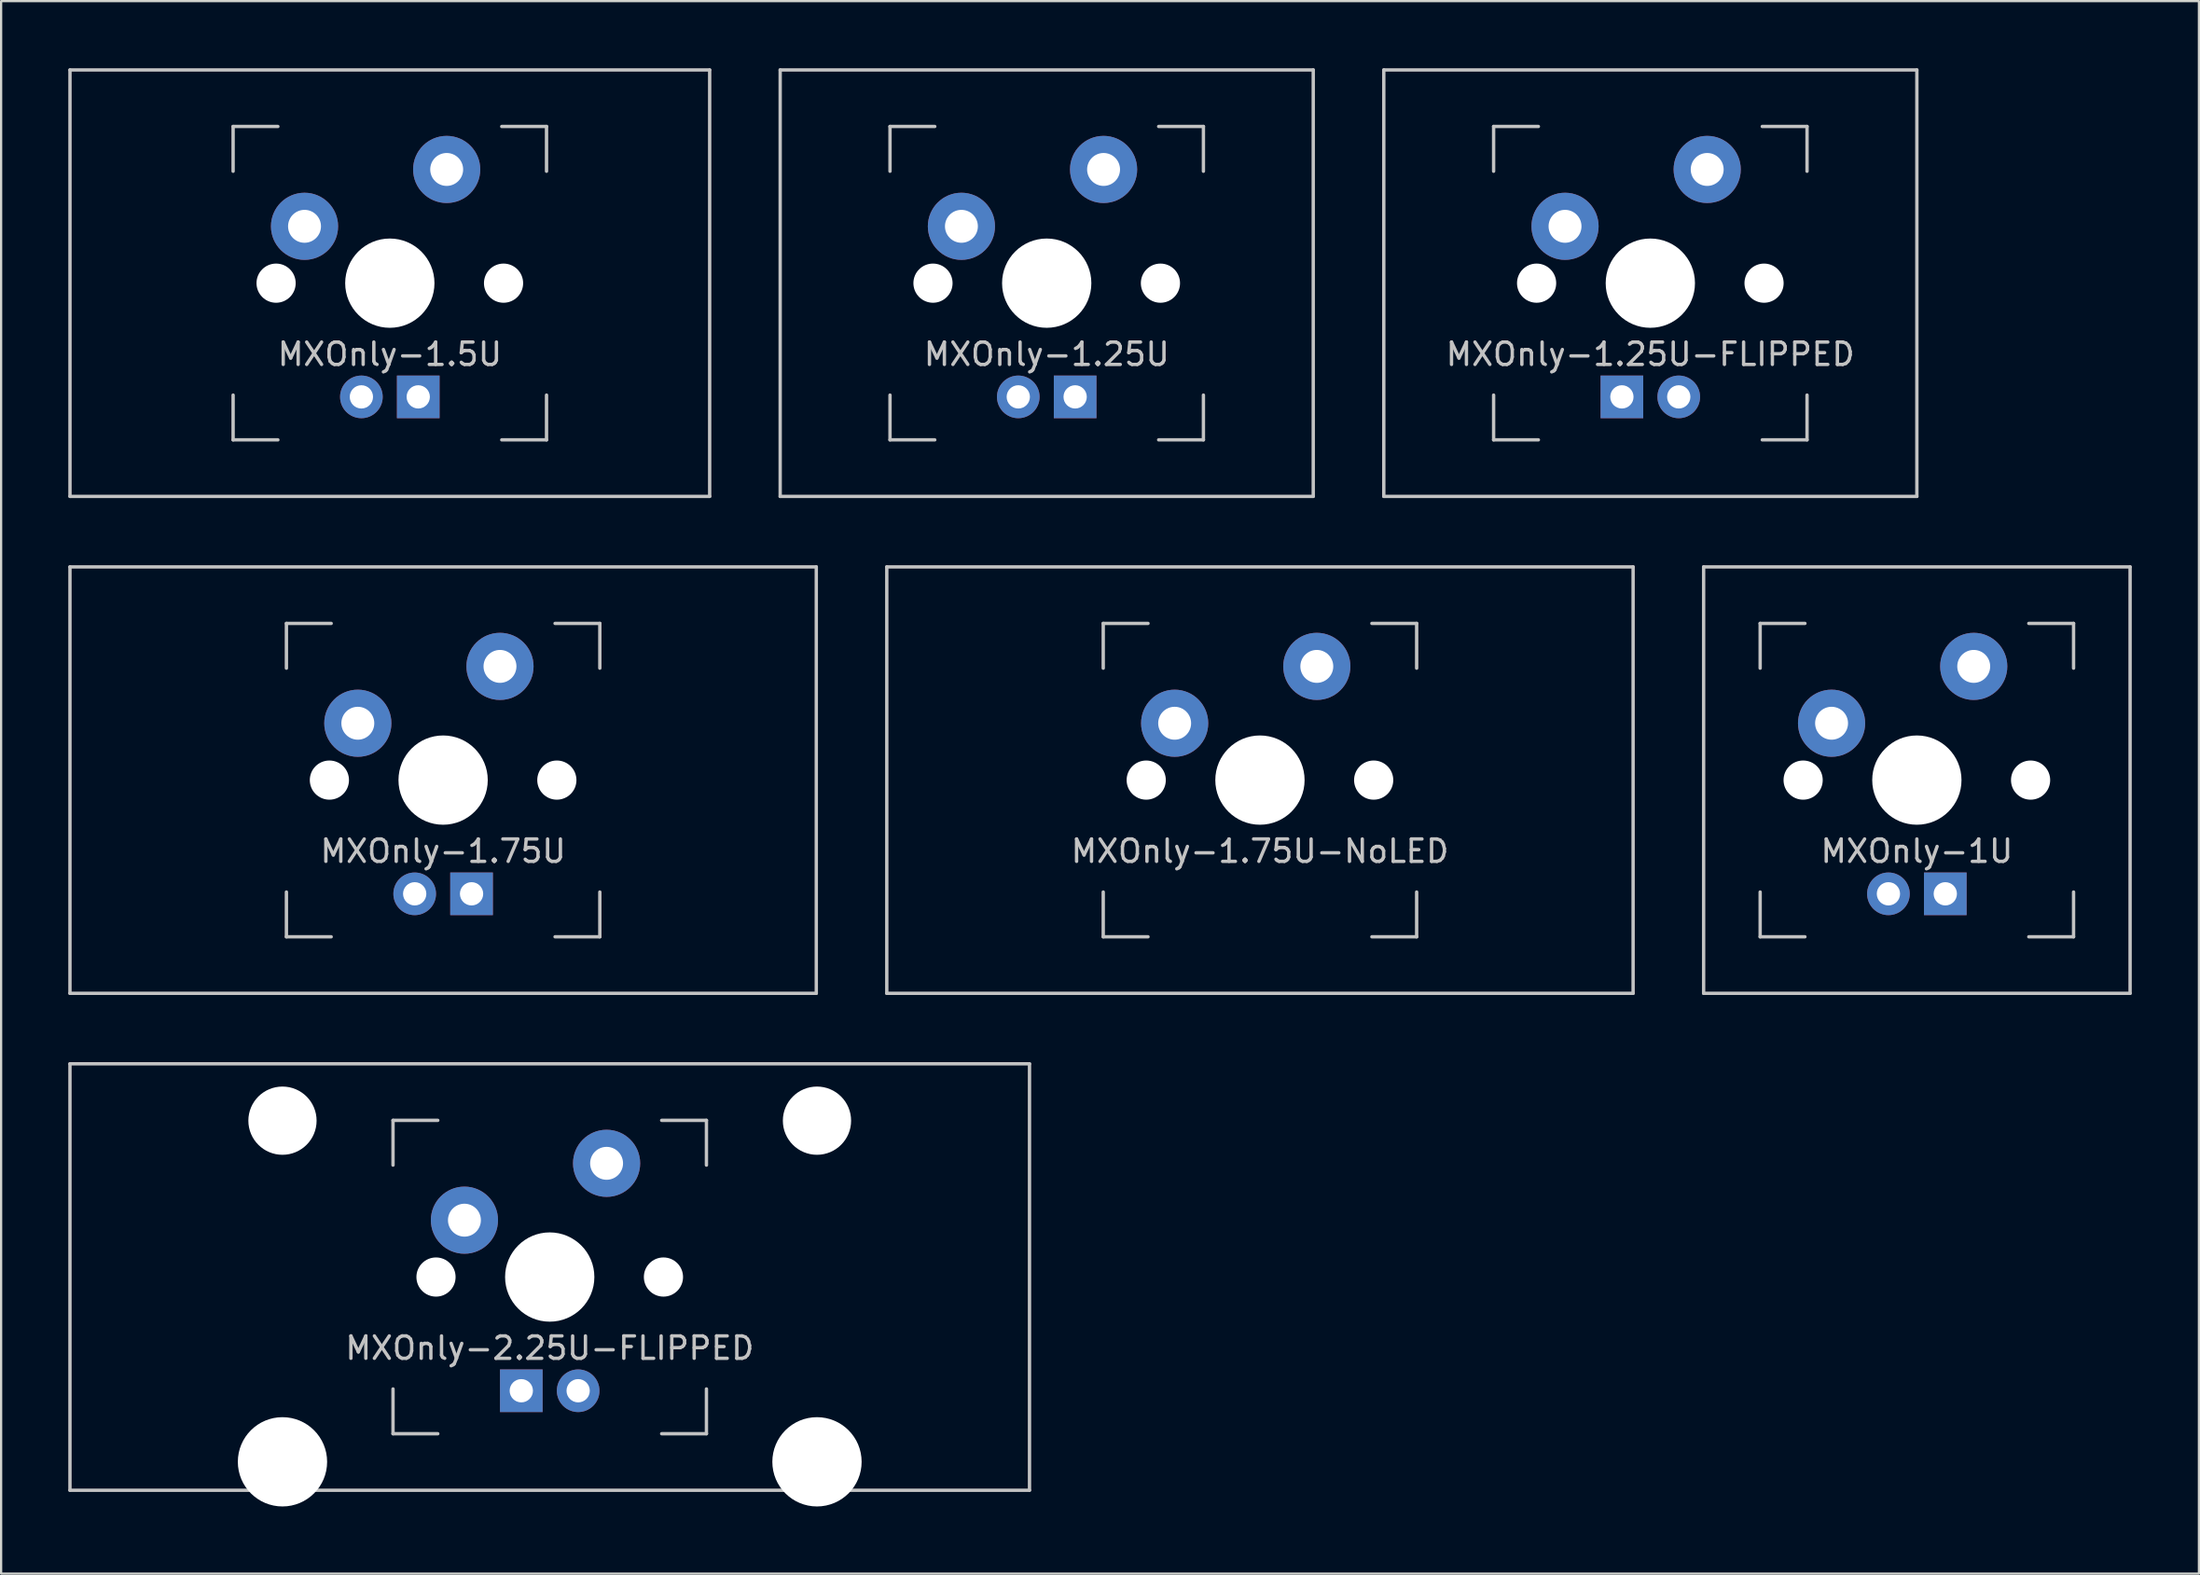
<source format=kicad_pcb>
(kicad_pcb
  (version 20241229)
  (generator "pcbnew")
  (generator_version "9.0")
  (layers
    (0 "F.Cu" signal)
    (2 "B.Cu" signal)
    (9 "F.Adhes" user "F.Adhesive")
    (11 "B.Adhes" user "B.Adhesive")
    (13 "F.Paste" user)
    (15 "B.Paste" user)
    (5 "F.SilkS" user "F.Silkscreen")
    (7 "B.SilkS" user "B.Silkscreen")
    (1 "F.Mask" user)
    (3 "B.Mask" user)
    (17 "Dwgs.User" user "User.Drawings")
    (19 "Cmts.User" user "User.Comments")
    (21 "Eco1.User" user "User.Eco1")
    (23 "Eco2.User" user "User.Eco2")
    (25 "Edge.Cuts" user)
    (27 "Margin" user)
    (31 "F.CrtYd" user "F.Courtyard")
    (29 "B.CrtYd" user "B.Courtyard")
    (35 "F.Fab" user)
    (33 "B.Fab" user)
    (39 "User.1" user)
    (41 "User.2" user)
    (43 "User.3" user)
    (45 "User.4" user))
  (footprint "MXOnly-2.25U-FLIPPED"
    (layer "F.Cu")
    (at 21.506 54)
    (property "Reference" "MXOnly-2.25U-FLIPPED" (at 0 3.175 0) (layer "Dwgs.User") (effects (font (size 1 1) (thickness 0.15))))
    (attr through_hole)
    (fp_line (start -21.431 -9.525) (end 21.431 -9.525) (stroke (width 0.15) (type solid)) (layer "Dwgs.User"))
    (fp_line (start -21.431 9.525) (end -21.431 -9.525) (stroke (width 0.15) (type solid)) (layer "Dwgs.User"))
    (fp_line (start -21.431 9.525) (end 21.431 9.525) (stroke (width 0.15) (type solid)) (layer "Dwgs.User"))
    (fp_line (start -7 -7) (end -7 -5) (stroke (width 0.15) (type solid)) (layer "Dwgs.User"))
    (fp_line (start -7 5) (end -7 7) (stroke (width 0.15) (type solid)) (layer "Dwgs.User"))
    (fp_line (start -7 7) (end -5 7) (stroke (width 0.15) (type solid)) (layer "Dwgs.User"))
    (fp_line (start -5 -7) (end -7 -7) (stroke (width 0.15) (type solid)) (layer "Dwgs.User"))
    (fp_line (start 5 -7) (end 7 -7) (stroke (width 0.15) (type solid)) (layer "Dwgs.User"))
    (fp_line (start 5 7) (end 7 7) (stroke (width 0.15) (type solid)) (layer "Dwgs.User"))
    (fp_line (start 7 -7) (end 7 -5) (stroke (width 0.15) (type solid)) (layer "Dwgs.User"))
    (fp_line (start 7 7) (end 7 5) (stroke (width 0.15) (type solid)) (layer "Dwgs.User"))
    (fp_line (start 21.431 -9.525) (end 21.431 9.525) (stroke (width 0.15) (type solid)) (layer "Dwgs.User"))
    (pad "" np_thru_hole circle (at -11.938 -6.985) (size 3.048 3.048) (drill 3.048) (layers "*.Cu" "*.Mask"))
    (pad "" np_thru_hole circle (at -11.938 8.255) (size 3.988 3.988) (drill 3.988) (layers "*.Cu" "*.Mask"))
    (pad "" np_thru_hole circle (at -5.08 0 48.1) (size 1.75 1.75) (drill 1.75) (layers "*.Cu" "*.Mask"))
    (pad "" np_thru_hole circle (at 0 0) (size 3.988 3.988) (drill 3.988) (layers "*.Cu" "*.Mask"))
    (pad "" np_thru_hole circle (at 5.08 0 48.1) (size 1.75 1.75) (drill 1.75) (layers "*.Cu" "*.Mask"))
    (pad "" np_thru_hole circle (at 11.938 -6.985) (size 3.048 3.048) (drill 3.048) (layers "*.Cu" "*.Mask"))
    (pad "" np_thru_hole circle (at 11.938 8.255) (size 3.988 3.988) (drill 3.988) (layers "*.Cu" "*.Mask"))
    (pad "1" thru_hole circle (at -3.81 -2.54) (size 3 3) (drill 1.47) (layers "*.Cu" "*.Mask"))
    (pad "2" thru_hole circle (at 2.54 -5.08) (size 3 3) (drill 1.47) (layers "*.Cu" "*.Mask"))
    (pad "3" thru_hole circle (at 1.27 5.08) (size 1.905 1.905) (drill 1.04) (layers "*.Cu" "*.Mask"))
    (pad "4" thru_hole rect (at -1.27 5.08) (size 1.905 1.905) (drill 1.04) (layers "*.Cu" "*.Mask")))
  (footprint "MXOnly-1.5U"
    (layer "F.Cu")
    (at 14.363 9.6)
    (property "Reference" "MXOnly-1.5U" (at 0 3.175 0) (layer "Dwgs.User") (effects (font (size 1 1) (thickness 0.15))))
    (attr through_hole)
    (fp_line (start -14.287 -9.525) (end 14.287 -9.525) (stroke (width 0.15) (type solid)) (layer "Dwgs.User"))
    (fp_line (start -14.287 9.525) (end -14.287 -9.525) (stroke (width 0.15) (type solid)) (layer "Dwgs.User"))
    (fp_line (start -14.287 9.525) (end 14.287 9.525) (stroke (width 0.15) (type solid)) (layer "Dwgs.User"))
    (fp_line (start -7 -7) (end -7 -5) (stroke (width 0.15) (type solid)) (layer "Dwgs.User"))
    (fp_line (start -7 5) (end -7 7) (stroke (width 0.15) (type solid)) (layer "Dwgs.User"))
    (fp_line (start -7 7) (end -5 7) (stroke (width 0.15) (type solid)) (layer "Dwgs.User"))
    (fp_line (start -5 -7) (end -7 -7) (stroke (width 0.15) (type solid)) (layer "Dwgs.User"))
    (fp_line (start 5 -7) (end 7 -7) (stroke (width 0.15) (type solid)) (layer "Dwgs.User"))
    (fp_line (start 5 7) (end 7 7) (stroke (width 0.15) (type solid)) (layer "Dwgs.User"))
    (fp_line (start 7 -7) (end 7 -5) (stroke (width 0.15) (type solid)) (layer "Dwgs.User"))
    (fp_line (start 7 7) (end 7 5) (stroke (width 0.15) (type solid)) (layer "Dwgs.User"))
    (fp_line (start 14.287 -9.525) (end 14.287 9.525) (stroke (width 0.15) (type solid)) (layer "Dwgs.User"))
    (pad "" np_thru_hole circle (at -5.08 0 48.1) (size 1.75 1.75) (drill 1.75) (layers "*.Cu" "*.Mask"))
    (pad "" np_thru_hole circle (at 0 0) (size 3.988 3.988) (drill 3.988) (layers "*.Cu" "*.Mask"))
    (pad "" np_thru_hole circle (at 5.08 0 48.1) (size 1.75 1.75) (drill 1.75) (layers "*.Cu" "*.Mask"))
    (pad "1" thru_hole circle (at -3.81 -2.54) (size 3 3) (drill 1.47) (layers "*.Cu" "*.Mask"))
    (pad "2" thru_hole circle (at 2.54 -5.08) (size 3 3) (drill 1.47) (layers "*.Cu" "*.Mask"))
    (pad "3" thru_hole circle (at -1.27 5.08) (size 1.905 1.905) (drill 1.04) (layers "*.Cu" "*.Mask"))
    (pad "4" thru_hole rect (at 1.27 5.08) (size 1.905 1.905) (drill 1.04) (layers "*.Cu" "*.Mask")))
  (footprint "MXOnly-1U"
    (layer "F.Cu")
    (at 82.575 31.8)
    (property "Reference" "MXOnly-1U" (at 0 3.175 0) (layer "Dwgs.User") (effects (font (size 1 1) (thickness 0.15))))
    (attr through_hole)
    (fp_line (start -9.525 -9.525) (end 9.525 -9.525) (stroke (width 0.15) (type solid)) (layer "Dwgs.User"))
    (fp_line (start -9.525 9.525) (end -9.525 -9.525) (stroke (width 0.15) (type solid)) (layer "Dwgs.User"))
    (fp_line (start -7 -7) (end -7 -5) (stroke (width 0.15) (type solid)) (layer "Dwgs.User"))
    (fp_line (start -7 5) (end -7 7) (stroke (width 0.15) (type solid)) (layer "Dwgs.User"))
    (fp_line (start -7 7) (end -5 7) (stroke (width 0.15) (type solid)) (layer "Dwgs.User"))
    (fp_line (start -5 -7) (end -7 -7) (stroke (width 0.15) (type solid)) (layer "Dwgs.User"))
    (fp_line (start 5 -7) (end 7 -7) (stroke (width 0.15) (type solid)) (layer "Dwgs.User"))
    (fp_line (start 5 7) (end 7 7) (stroke (width 0.15) (type solid)) (layer "Dwgs.User"))
    (fp_line (start 7 -7) (end 7 -5) (stroke (width 0.15) (type solid)) (layer "Dwgs.User"))
    (fp_line (start 7 7) (end 7 5) (stroke (width 0.15) (type solid)) (layer "Dwgs.User"))
    (fp_line (start 9.525 -9.525) (end 9.525 9.525) (stroke (width 0.15) (type solid)) (layer "Dwgs.User"))
    (fp_line (start 9.525 9.525) (end -9.525 9.525) (stroke (width 0.15) (type solid)) (layer "Dwgs.User"))
    (pad "" np_thru_hole circle (at -5.08 0 48.1) (size 1.75 1.75) (drill 1.75) (layers "*.Cu" "*.Mask"))
    (pad "" np_thru_hole circle (at 0 0) (size 3.988 3.988) (drill 3.988) (layers "*.Cu" "*.Mask"))
    (pad "" np_thru_hole circle (at 5.08 0 48.1) (size 1.75 1.75) (drill 1.75) (layers "*.Cu" "*.Mask"))
    (pad "1" thru_hole circle (at -3.81 -2.54) (size 3 3) (drill 1.47) (layers "*.Cu" "*.Mask"))
    (pad "2" thru_hole circle (at 2.54 -5.08) (size 3 3) (drill 1.47) (layers "*.Cu" "*.Mask"))
    (pad "3" thru_hole circle (at -1.27 5.08) (size 1.905 1.905) (drill 1.04) (layers "*.Cu" "*.Mask"))
    (pad "4" thru_hole rect (at 1.27 5.08) (size 1.905 1.905) (drill 1.04) (layers "*.Cu" "*.Mask")))
  (footprint "MXOnly-1.75U-NoLED"
    (layer "F.Cu")
    (at 53.231 31.8)
    (property "Reference" "MXOnly-1.75U-NoLED" (at 0 3.175 0) (layer "Dwgs.User") (effects (font (size 1 1) (thickness 0.15))))
    (attr through_hole)
    (fp_line (start -16.669 -9.525) (end 16.669 -9.525) (stroke (width 0.15) (type solid)) (layer "Dwgs.User"))
    (fp_line (start -16.669 9.525) (end -16.669 -9.525) (stroke (width 0.15) (type solid)) (layer "Dwgs.User"))
    (fp_line (start -16.669 9.525) (end 16.669 9.525) (stroke (width 0.15) (type solid)) (layer "Dwgs.User"))
    (fp_line (start -7 -7) (end -7 -5) (stroke (width 0.15) (type solid)) (layer "Dwgs.User"))
    (fp_line (start -7 5) (end -7 7) (stroke (width 0.15) (type solid)) (layer "Dwgs.User"))
    (fp_line (start -7 7) (end -5 7) (stroke (width 0.15) (type solid)) (layer "Dwgs.User"))
    (fp_line (start -5 -7) (end -7 -7) (stroke (width 0.15) (type solid)) (layer "Dwgs.User"))
    (fp_line (start 5 -7) (end 7 -7) (stroke (width 0.15) (type solid)) (layer "Dwgs.User"))
    (fp_line (start 5 7) (end 7 7) (stroke (width 0.15) (type solid)) (layer "Dwgs.User"))
    (fp_line (start 7 -7) (end 7 -5) (stroke (width 0.15) (type solid)) (layer "Dwgs.User"))
    (fp_line (start 7 7) (end 7 5) (stroke (width 0.15) (type solid)) (layer "Dwgs.User"))
    (fp_line (start 16.669 -9.525) (end 16.669 9.525) (stroke (width 0.15) (type solid)) (layer "Dwgs.User"))
    (pad "" np_thru_hole circle (at -5.08 0 48.1) (size 1.75 1.75) (drill 1.75) (layers "*.Cu" "*.Mask"))
    (pad "" np_thru_hole circle (at 0 0) (size 3.988 3.988) (drill 3.988) (layers "*.Cu" "*.Mask"))
    (pad "" np_thru_hole circle (at 5.08 0 48.1) (size 1.75 1.75) (drill 1.75) (layers "*.Cu" "*.Mask"))
    (pad "1" thru_hole circle (at -3.81 -2.54) (size 3 3) (drill 1.47) (layers "*.Cu" "*.Mask"))
    (pad "2" thru_hole circle (at 2.54 -5.08) (size 3 3) (drill 1.47) (layers "*.Cu" "*.Mask")))
  (footprint "MXOnly-1.25U-FLIPPED"
    (layer "F.Cu")
    (at 70.669 9.6)
    (property "Reference" "MXOnly-1.25U-FLIPPED" (at 0 3.175 0) (layer "Dwgs.User") (effects (font (size 1 1) (thickness 0.15))))
    (attr through_hole)
    (fp_line (start -11.906 -9.525) (end 11.906 -9.525) (stroke (width 0.15) (type solid)) (layer "Dwgs.User"))
    (fp_line (start -11.906 9.525) (end -11.906 -9.525) (stroke (width 0.15) (type solid)) (layer "Dwgs.User"))
    (fp_line (start -11.906 9.525) (end 11.906 9.525) (stroke (width 0.15) (type solid)) (layer "Dwgs.User"))
    (fp_line (start -7 -7) (end -7 -5) (stroke (width 0.15) (type solid)) (layer "Dwgs.User"))
    (fp_line (start -7 5) (end -7 7) (stroke (width 0.15) (type solid)) (layer "Dwgs.User"))
    (fp_line (start -7 7) (end -5 7) (stroke (width 0.15) (type solid)) (layer "Dwgs.User"))
    (fp_line (start -5 -7) (end -7 -7) (stroke (width 0.15) (type solid)) (layer "Dwgs.User"))
    (fp_line (start 5 -7) (end 7 -7) (stroke (width 0.15) (type solid)) (layer "Dwgs.User"))
    (fp_line (start 5 7) (end 7 7) (stroke (width 0.15) (type solid)) (layer "Dwgs.User"))
    (fp_line (start 7 -7) (end 7 -5) (stroke (width 0.15) (type solid)) (layer "Dwgs.User"))
    (fp_line (start 7 7) (end 7 5) (stroke (width 0.15) (type solid)) (layer "Dwgs.User"))
    (fp_line (start 11.906 -9.525) (end 11.906 9.525) (stroke (width 0.15) (type solid)) (layer "Dwgs.User"))
    (pad "" np_thru_hole circle (at -5.08 0 48.1) (size 1.75 1.75) (drill 1.75) (layers "*.Cu" "*.Mask"))
    (pad "" np_thru_hole circle (at 0 0) (size 3.988 3.988) (drill 3.988) (layers "*.Cu" "*.Mask"))
    (pad "" np_thru_hole circle (at 5.08 0 48.1) (size 1.75 1.75) (drill 1.75) (layers "*.Cu" "*.Mask"))
    (pad "1" thru_hole circle (at -3.81 -2.54) (size 3 3) (drill 1.47) (layers "*.Cu" "*.Mask"))
    (pad "2" thru_hole circle (at 2.54 -5.08) (size 3 3) (drill 1.47) (layers "*.Cu" "*.Mask"))
    (pad "3" thru_hole circle (at 1.27 5.08) (size 1.905 1.905) (drill 1.04) (layers "*.Cu" "*.Mask"))
    (pad "4" thru_hole rect (at -1.27 5.08) (size 1.905 1.905) (drill 1.04) (layers "*.Cu" "*.Mask")))
  (footprint "MXOnly-1.75U"
    (layer "F.Cu")
    (at 16.744 31.8)
    (property "Reference" "MXOnly-1.75U" (at 0 3.175 0) (layer "Dwgs.User") (effects (font (size 1 1) (thickness 0.15))))
    (attr through_hole)
    (fp_line (start -16.669 -9.525) (end 16.669 -9.525) (stroke (width 0.15) (type solid)) (layer "Dwgs.User"))
    (fp_line (start -16.669 9.525) (end -16.669 -9.525) (stroke (width 0.15) (type solid)) (layer "Dwgs.User"))
    (fp_line (start -16.669 9.525) (end 16.669 9.525) (stroke (width 0.15) (type solid)) (layer "Dwgs.User"))
    (fp_line (start -7 -7) (end -7 -5) (stroke (width 0.15) (type solid)) (layer "Dwgs.User"))
    (fp_line (start -7 5) (end -7 7) (stroke (width 0.15) (type solid)) (layer "Dwgs.User"))
    (fp_line (start -7 7) (end -5 7) (stroke (width 0.15) (type solid)) (layer "Dwgs.User"))
    (fp_line (start -5 -7) (end -7 -7) (stroke (width 0.15) (type solid)) (layer "Dwgs.User"))
    (fp_line (start 5 -7) (end 7 -7) (stroke (width 0.15) (type solid)) (layer "Dwgs.User"))
    (fp_line (start 5 7) (end 7 7) (stroke (width 0.15) (type solid)) (layer "Dwgs.User"))
    (fp_line (start 7 -7) (end 7 -5) (stroke (width 0.15) (type solid)) (layer "Dwgs.User"))
    (fp_line (start 7 7) (end 7 5) (stroke (width 0.15) (type solid)) (layer "Dwgs.User"))
    (fp_line (start 16.669 -9.525) (end 16.669 9.525) (stroke (width 0.15) (type solid)) (layer "Dwgs.User"))
    (pad "" np_thru_hole circle (at -5.08 0 48.1) (size 1.75 1.75) (drill 1.75) (layers "*.Cu" "*.Mask"))
    (pad "" np_thru_hole circle (at 0 0) (size 3.988 3.988) (drill 3.988) (layers "*.Cu" "*.Mask"))
    (pad "" np_thru_hole circle (at 5.08 0 48.1) (size 1.75 1.75) (drill 1.75) (layers "*.Cu" "*.Mask"))
    (pad "1" thru_hole circle (at -3.81 -2.54) (size 3 3) (drill 1.47) (layers "*.Cu" "*.Mask"))
    (pad "2" thru_hole circle (at 2.54 -5.08) (size 3 3) (drill 1.47) (layers "*.Cu" "*.Mask"))
    (pad "3" thru_hole circle (at -1.27 5.08) (size 1.905 1.905) (drill 1.04) (layers "*.Cu" "*.Mask"))
    (pad "4" thru_hole rect (at 1.27 5.08) (size 1.905 1.905) (drill 1.04) (layers "*.Cu" "*.Mask")))
  (footprint "MXOnly-1.25U"
    (layer "F.Cu")
    (at 43.706 9.6)
    (property "Reference" "MXOnly-1.25U" (at 0 3.175 0) (layer "Dwgs.User") (effects (font (size 1 1) (thickness 0.15))))
    (attr through_hole)
    (fp_line (start -11.906 -9.525) (end 11.906 -9.525) (stroke (width 0.15) (type solid)) (layer "Dwgs.User"))
    (fp_line (start -11.906 9.525) (end -11.906 -9.525) (stroke (width 0.15) (type solid)) (layer "Dwgs.User"))
    (fp_line (start -11.906 9.525) (end 11.906 9.525) (stroke (width 0.15) (type solid)) (layer "Dwgs.User"))
    (fp_line (start -7 -7) (end -7 -5) (stroke (width 0.15) (type solid)) (layer "Dwgs.User"))
    (fp_line (start -7 5) (end -7 7) (stroke (width 0.15) (type solid)) (layer "Dwgs.User"))
    (fp_line (start -7 7) (end -5 7) (stroke (width 0.15) (type solid)) (layer "Dwgs.User"))
    (fp_line (start -5 -7) (end -7 -7) (stroke (width 0.15) (type solid)) (layer "Dwgs.User"))
    (fp_line (start 5 -7) (end 7 -7) (stroke (width 0.15) (type solid)) (layer "Dwgs.User"))
    (fp_line (start 5 7) (end 7 7) (stroke (width 0.15) (type solid)) (layer "Dwgs.User"))
    (fp_line (start 7 -7) (end 7 -5) (stroke (width 0.15) (type solid)) (layer "Dwgs.User"))
    (fp_line (start 7 7) (end 7 5) (stroke (width 0.15) (type solid)) (layer "Dwgs.User"))
    (fp_line (start 11.906 -9.525) (end 11.906 9.525) (stroke (width 0.15) (type solid)) (layer "Dwgs.User"))
    (pad "" np_thru_hole circle (at -5.08 0 48.1) (size 1.75 1.75) (drill 1.75) (layers "*.Cu" "*.Mask"))
    (pad "" np_thru_hole circle (at 0 0) (size 3.988 3.988) (drill 3.988) (layers "*.Cu" "*.Mask"))
    (pad "" np_thru_hole circle (at 5.08 0 48.1) (size 1.75 1.75) (drill 1.75) (layers "*.Cu" "*.Mask"))
    (pad "1" thru_hole circle (at -3.81 -2.54) (size 3 3) (drill 1.47) (layers "*.Cu" "*.Mask"))
    (pad "2" thru_hole circle (at 2.54 -5.08) (size 3 3) (drill 1.47) (layers "*.Cu" "*.Mask"))
    (pad "3" thru_hole circle (at -1.27 5.08) (size 1.905 1.905) (drill 1.04) (layers "*.Cu" "*.Mask"))
    (pad "4" thru_hole rect (at 1.27 5.08) (size 1.905 1.905) (drill 1.04) (layers "*.Cu" "*.Mask")))
  (gr_rect
    (start -3 -3)
    (end 95.175 67.249)
    (stroke (width 0.1) (type default))
    (fill no)
    (layer "Edge.Cuts")))
</source>
